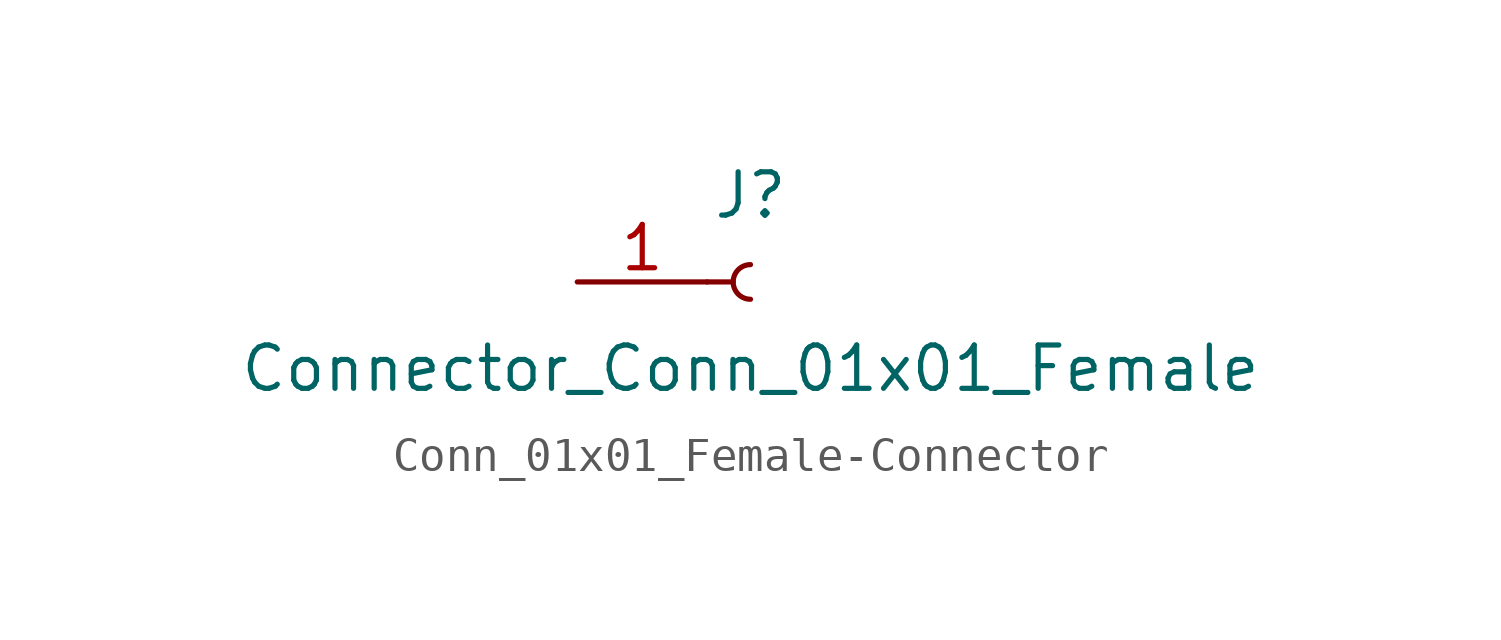
<source format=kicad_sym>
(kicad_symbol_lib
  (version 20220914)
  (generator kicad_symbol_editor)
  (symbol "Conn_01x01_Female-Connector"
    (pin_names
      (offset 1.016) hide)
    (property "Reference" "J"
      (at 0 2.54 0)
      (effects (font (size 1.27 1.27))))
    (property "Value" "Connector_Conn_01x01_Female"
      (at 0 -2.54 0)
      (effects (font (size 1.27 1.27))))
    (symbol "Conn_01x01_Female-Connector_1_1"
      (polyline (pts (xy -1.27 0) (xy -0.508 0)) (stroke (width 0.152) (type solid)) (fill (type none)))
      (arc (start 0 0.508) (mid -0.5058 0) (end 0 -0.508) (stroke (width 0.1524) (type solid)) (fill (type none)))
      (pin passive line (at -5.08 0 0) (length 3.81) (name "Pin_1" (effects (font (size 1.27 1.27)))) (number "1" (effects (font (size 1.27 1.27))))))))
</source>
